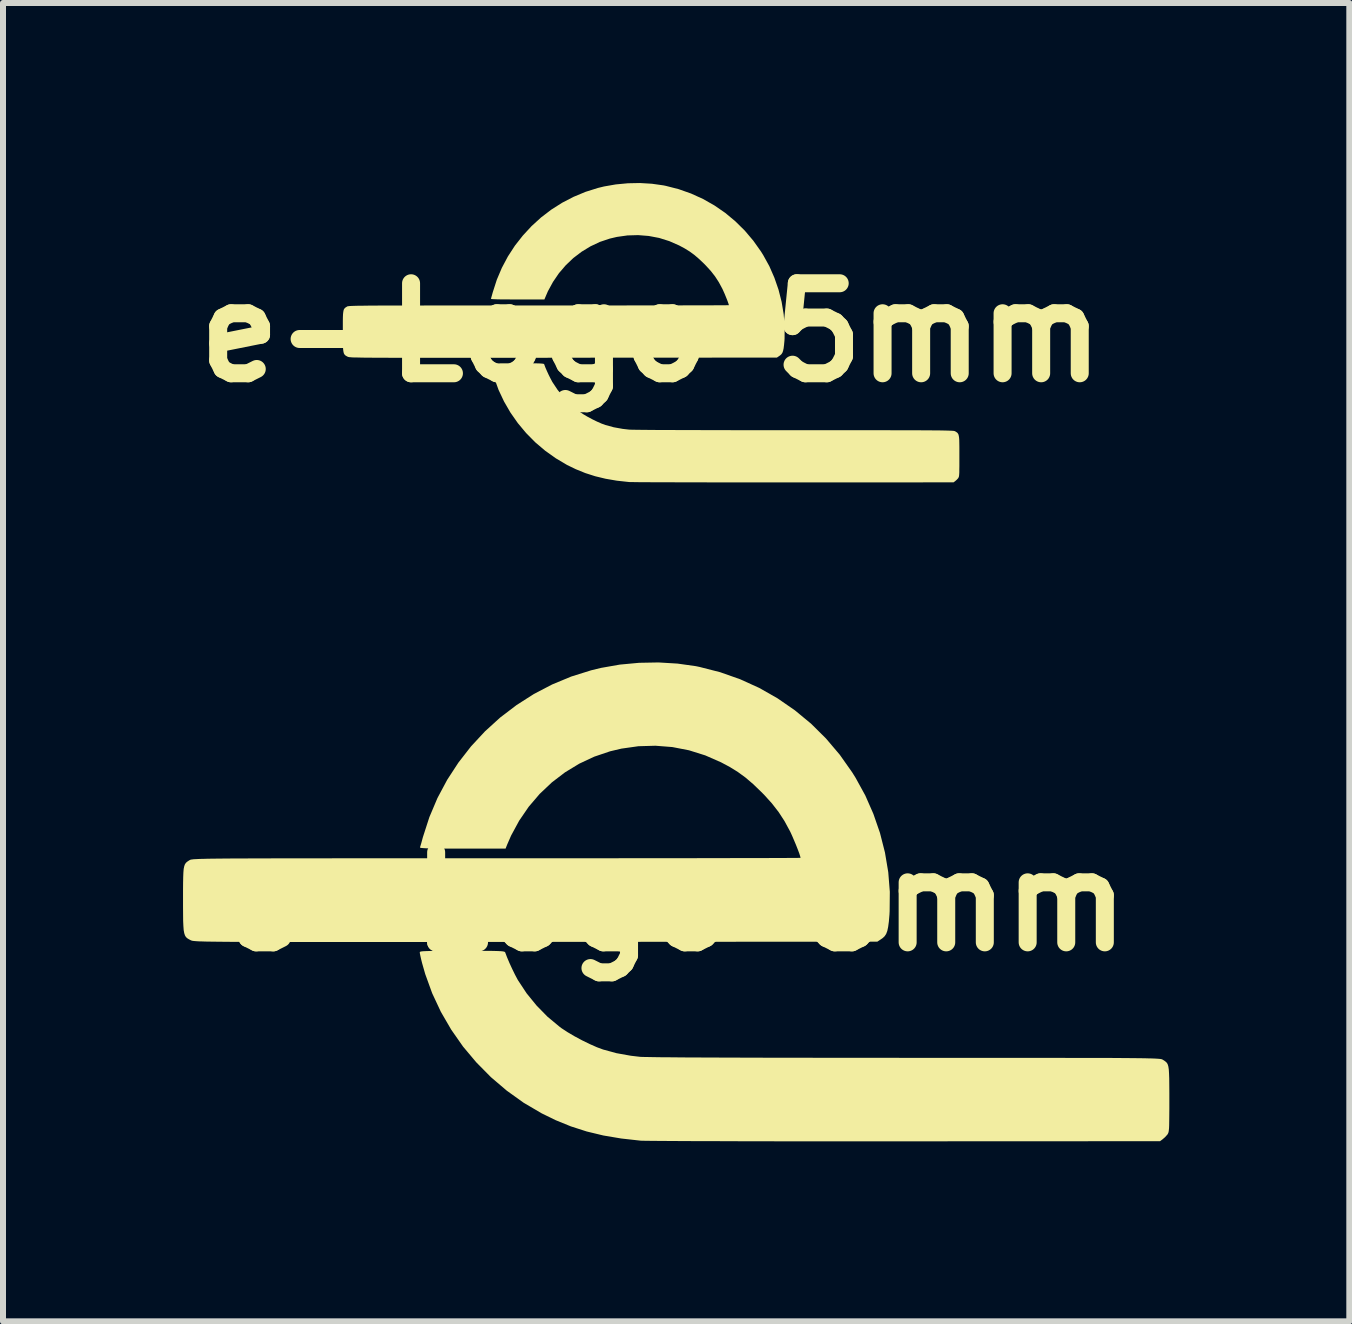
<source format=kicad_pcb>
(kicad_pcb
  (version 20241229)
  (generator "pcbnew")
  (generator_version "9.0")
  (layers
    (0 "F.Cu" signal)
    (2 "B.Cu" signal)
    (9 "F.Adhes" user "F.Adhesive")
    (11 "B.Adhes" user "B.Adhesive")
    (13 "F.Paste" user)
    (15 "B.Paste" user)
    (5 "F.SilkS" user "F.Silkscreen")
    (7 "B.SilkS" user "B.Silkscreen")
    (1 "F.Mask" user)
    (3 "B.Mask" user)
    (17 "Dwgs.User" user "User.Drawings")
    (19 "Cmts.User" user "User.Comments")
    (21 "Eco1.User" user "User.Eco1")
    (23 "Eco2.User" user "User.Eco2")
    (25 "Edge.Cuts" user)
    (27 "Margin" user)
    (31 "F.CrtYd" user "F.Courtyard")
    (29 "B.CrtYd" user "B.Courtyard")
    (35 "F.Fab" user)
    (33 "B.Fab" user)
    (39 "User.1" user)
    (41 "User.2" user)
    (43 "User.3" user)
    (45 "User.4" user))
  (footprint "e-Logo 5mm"
    (layer "F.Cu")
    (at 7.8 2.492)
    (property "Reference" "e-Logo 5mm" (at 0 0 0) (layer "F.SilkS") (effects (font (size 1.5 1.5) (thickness 0.3))))
    (attr board_only exclude_from_pos_files exclude_from_bom)
    (fp_poly (pts (xy -2.123 0.512) (xy -2.036 0.512) (xy -1.964 0.513) (xy -1.908 0.513) (xy -1.865 0.514) (xy -1.833 0.516) (xy -1.81 0.518) (xy -1.796 0.52) (xy -1.787 0.523) (xy -1.783 0.527) (xy -1.781 0.53) (xy -1.763 0.579) (xy -1.737 0.639) (xy -1.708 0.702) (xy -1.678 0.762) (xy -1.651 0.813) (xy -1.647 0.821) (xy -1.558 0.955) (xy -1.455 1.082) (xy -1.34 1.199) (xy -1.218 1.301) (xy -1.194 1.318) (xy -1.133 1.359) (xy -1.06 1.402) (xy -0.98 1.445) (xy -0.9 1.484) (xy -0.825 1.517) (xy -0.762 1.54) (xy -0.623 1.578) (xy -0.473 1.605) (xy -0.377 1.616) (xy -0.352 1.618) (xy -0.306 1.619) (xy -0.241 1.62) (xy -0.156 1.621) (xy -0.051 1.622) (xy 0.074 1.623) (xy 0.219 1.624) (xy 0.384 1.624) (xy 0.569 1.625) (xy 0.774 1.625) (xy 0.998 1.626) (xy 1.242 1.626) (xy 1.506 1.627) (xy 1.789 1.627) (xy 2.093 1.627) (xy 2.39 1.627) (xy 2.663 1.627) (xy 2.916 1.627) (xy 3.151 1.627) (xy 3.367 1.627) (xy 3.567 1.627) (xy 3.749 1.627) (xy 3.917 1.627) (xy 4.069 1.628) (xy 4.207 1.628) (xy 4.331 1.628) (xy 4.442 1.628) (xy 4.542 1.629) (xy 4.63 1.629) (xy 4.707 1.63) (xy 4.774 1.63) (xy 4.832 1.631) (xy 4.881 1.632) (xy 4.923 1.633) (xy 4.958 1.634) (xy 4.986 1.635) (xy 5.008 1.636) (xy 5.026 1.637) (xy 5.04 1.638) (xy 5.05 1.64) (xy 5.057 1.642) (xy 5.063 1.643) (xy 5.067 1.645) (xy 5.069 1.647) (xy 5.087 1.658) (xy 5.101 1.668) (xy 5.112 1.681) (xy 5.121 1.697) (xy 5.127 1.719) (xy 5.132 1.75) (xy 5.135 1.79) (xy 5.136 1.843) (xy 5.137 1.911) (xy 5.137 1.995) (xy 5.137 2.06) (xy 5.137 2.152) (xy 5.137 2.225) (xy 5.136 2.283) (xy 5.136 2.328) (xy 5.134 2.361) (xy 5.132 2.384) (xy 5.129 2.401) (xy 5.125 2.412) (xy 5.12 2.421) (xy 5.117 2.427) (xy 5.093 2.453) (xy 5.068 2.475) (xy 5.04 2.496) (xy 2.382 2.497) (xy 2.151 2.497) (xy 1.925 2.497) (xy 1.704 2.497) (xy 1.49 2.497) (xy 1.282 2.497) (xy 1.083 2.497) (xy 0.893 2.496) (xy 0.713 2.496) (xy 0.543 2.496) (xy 0.385 2.495) (xy 0.24 2.495) (xy 0.108 2.494) (xy -0.01 2.494) (xy -0.113 2.493) (xy -0.201 2.493) (xy -0.271 2.492) (xy -0.324 2.491) (xy -0.358 2.491) (xy -0.372 2.49) (xy -0.572 2.468) (xy -0.758 2.436) (xy -0.932 2.394) (xy -1.097 2.341) (xy -1.257 2.276) (xy -1.401 2.206) (xy -1.588 2.095) (xy -1.765 1.969) (xy -1.93 1.829) (xy -2.082 1.675) (xy -2.22 1.51) (xy -2.344 1.333) (xy -2.451 1.148) (xy -2.542 0.955) (xy -2.614 0.755) (xy -2.647 0.641) (xy -2.657 0.598) (xy -2.666 0.561) (xy -2.671 0.536) (xy -2.672 0.528) (xy -2.67 0.524) (xy -2.664 0.521) (xy -2.652 0.518) (xy -2.632 0.516) (xy -2.602 0.515) (xy -2.561 0.514) (xy -2.507 0.513) (xy -2.439 0.513) (xy -2.354 0.512) (xy -2.251 0.512) (xy -2.229 0.512)) (stroke (width 0) (type solid)) (fill yes) (layer "F.SilkS"))
    (fp_poly (pts (xy 0.014 -2.48) (xy 0.205 -2.453) (xy 0.244 -2.445) (xy 0.459 -2.39) (xy 0.666 -2.317) (xy 0.866 -2.226) (xy 1.056 -2.118) (xy 1.236 -1.994) (xy 1.404 -1.854) (xy 1.561 -1.699) (xy 1.704 -1.53) (xy 1.833 -1.348) (xy 1.869 -1.29) (xy 1.97 -1.107) (xy 2.054 -0.915) (xy 2.123 -0.716) (xy 2.175 -0.512) (xy 2.209 -0.307) (xy 2.226 -0.102) (xy 2.224 0.099) (xy 2.222 0.136) (xy 2.215 0.208) (xy 2.208 0.264) (xy 2.199 0.305) (xy 2.188 0.336) (xy 2.172 0.36) (xy 2.151 0.379) (xy 2.136 0.39) (xy 2.096 0.417) (xy -1.461 0.419) (xy -1.778 0.42) (xy -2.076 0.42) (xy -2.355 0.42) (xy -2.616 0.42) (xy -2.859 0.42) (xy -3.086 0.42) (xy -3.296 0.42) (xy -3.49 0.42) (xy -3.669 0.42) (xy -3.834 0.42) (xy -3.984 0.42) (xy -4.122 0.42) (xy -4.247 0.42) (xy -4.36 0.42) (xy -4.462 0.419) (xy -4.553 0.419) (xy -4.633 0.419) (xy -4.705 0.418) (xy -4.767 0.418) (xy -4.821 0.417) (xy -4.868 0.416) (xy -4.907 0.415) (xy -4.941 0.415) (xy -4.968 0.414) (xy -4.99 0.413) (xy -5.008 0.411) (xy -5.022 0.41) (xy -5.033 0.409) (xy -5.041 0.407) (xy -5.047 0.406) (xy -5.052 0.404) (xy -5.056 0.403) (xy -5.057 0.402) (xy -5.078 0.391) (xy -5.094 0.381) (xy -5.107 0.368) (xy -5.118 0.351) (xy -5.125 0.328) (xy -5.13 0.297) (xy -5.134 0.255) (xy -5.136 0.201) (xy -5.137 0.132) (xy -5.137 0.046) (xy -5.137 -0.021) (xy -5.137 -0.116) (xy -5.137 -0.194) (xy -5.136 -0.256) (xy -5.134 -0.305) (xy -5.13 -0.341) (xy -5.125 -0.369) (xy -5.118 -0.389) (xy -5.108 -0.403) (xy -5.096 -0.415) (xy -5.08 -0.425) (xy -5.069 -0.432) (xy -5.066 -0.434) (xy -5.062 -0.436) (xy -5.056 -0.438) (xy -5.049 -0.439) (xy -5.038 -0.44) (xy -5.025 -0.442) (xy -5.007 -0.443) (xy -4.985 -0.444) (xy -4.957 -0.445) (xy -4.923 -0.446) (xy -4.882 -0.447) (xy -4.835 -0.447) (xy -4.779 -0.448) (xy -4.714 -0.449) (xy -4.64 -0.449) (xy -4.556 -0.45) (xy -4.462 -0.45) (xy -4.356 -0.45) (xy -4.238 -0.451) (xy -4.108 -0.451) (xy -3.964 -0.451) (xy -3.806 -0.451) (xy -3.634 -0.452) (xy -3.447 -0.452) (xy -3.243 -0.452) (xy -3.023 -0.452) (xy -2.786 -0.452) (xy -2.531 -0.452) (xy -2.257 -0.452) (xy -1.964 -0.452) (xy -1.871 -0.452) (xy -1.62 -0.452) (xy -1.374 -0.452) (xy -1.134 -0.452) (xy -0.901 -0.452) (xy -0.676 -0.452) (xy -0.459 -0.452) (xy -0.251 -0.453) (xy -0.052 -0.453) (xy 0.136 -0.453) (xy 0.312 -0.453) (xy 0.477 -0.453) (xy 0.629 -0.454) (xy 0.767 -0.454) (xy 0.891 -0.454) (xy 1 -0.454) (xy 1.093 -0.455) (xy 1.169 -0.455) (xy 1.228 -0.455) (xy 1.269 -0.456) (xy 1.292 -0.456) (xy 1.296 -0.456) (xy 1.292 -0.473) (xy 1.281 -0.505) (xy 1.266 -0.546) (xy 1.247 -0.593) (xy 1.227 -0.642) (xy 1.206 -0.689) (xy 1.188 -0.729) (xy 1.183 -0.738) (xy 1.128 -0.84) (xy 1.067 -0.934) (xy 0.998 -1.023) (xy 0.916 -1.113) (xy 0.884 -1.146) (xy 0.801 -1.225) (xy 0.723 -1.292) (xy 0.644 -1.35) (xy 0.56 -1.402) (xy 0.467 -1.452) (xy 0.303 -1.524) (xy 0.134 -1.577) (xy -0.04 -1.61) (xy -0.216 -1.624) (xy -0.393 -1.619) (xy -0.57 -1.594) (xy -0.689 -1.566) (xy -0.853 -1.511) (xy -1.01 -1.437) (xy -1.158 -1.347) (xy -1.296 -1.242) (xy -1.422 -1.122) (xy -1.536 -0.989) (xy -1.635 -0.844) (xy -1.72 -0.688) (xy -1.76 -0.595) (xy -1.778 -0.552) (xy -2.226 -0.552) (xy -2.336 -0.552) (xy -2.427 -0.553) (xy -2.501 -0.553) (xy -2.56 -0.554) (xy -2.604 -0.556) (xy -2.636 -0.557) (xy -2.656 -0.559) (xy -2.667 -0.562) (xy -2.669 -0.565) (xy -2.664 -0.58) (xy -2.656 -0.609) (xy -2.645 -0.648) (xy -2.638 -0.673) (xy -2.571 -0.881) (xy -2.487 -1.079) (xy -2.386 -1.269) (xy -2.269 -1.449) (xy -2.137 -1.617) (xy -1.992 -1.774) (xy -1.834 -1.918) (xy -1.664 -2.048) (xy -1.483 -2.163) (xy -1.292 -2.262) (xy -1.093 -2.345) (xy -0.886 -2.41) (xy -0.783 -2.435) (xy -0.588 -2.469) (xy -0.387 -2.488) (xy -0.185 -2.492)) (stroke (width 0) (type solid)) (fill yes) (layer "F.SilkS")))
  (footprint "e-Logo 8mm"
    (layer "F.Cu")
    (at 8.218 11.975)
    (property "Reference" "e-Logo 8mm" (at 0 0 0) (layer "F.SilkS") (effects (font (size 1.5 1.5) (thickness 0.3))))
    (attr board_only exclude_from_pos_files exclude_from_bom)
    (fp_poly (pts (xy -3.396 0.819) (xy -3.256 0.82) (xy -3.142 0.82) (xy -3.052 0.821) (xy -2.983 0.823) (xy -2.932 0.825) (xy -2.896 0.828) (xy -2.872 0.832) (xy -2.858 0.837) (xy -2.851 0.843) (xy -2.849 0.847) (xy -2.819 0.926) (xy -2.779 1.021) (xy -2.732 1.123) (xy -2.685 1.219) (xy -2.642 1.3) (xy -2.634 1.313) (xy -2.493 1.527) (xy -2.327 1.731) (xy -2.144 1.918) (xy -1.948 2.081) (xy -1.911 2.109) (xy -1.812 2.174) (xy -1.695 2.243) (xy -1.568 2.311) (xy -1.439 2.374) (xy -1.319 2.427) (xy -1.219 2.464) (xy -0.996 2.525) (xy -0.756 2.568) (xy -0.602 2.586) (xy -0.562 2.588) (xy -0.49 2.589) (xy -0.386 2.591) (xy -0.249 2.593) (xy -0.081 2.594) (xy 0.119 2.596) (xy 0.351 2.597) (xy 0.615 2.598) (xy 0.91 2.599) (xy 1.237 2.6) (xy 1.596 2.601) (xy 1.987 2.601) (xy 2.409 2.602) (xy 2.863 2.602) (xy 3.348 2.602) (xy 3.824 2.603) (xy 4.26 2.603) (xy 4.665 2.603) (xy 5.04 2.603) (xy 5.386 2.603) (xy 5.705 2.603) (xy 5.998 2.603) (xy 6.265 2.603) (xy 6.509 2.604) (xy 6.729 2.604) (xy 6.928 2.604) (xy 7.106 2.605) (xy 7.265 2.605) (xy 7.405 2.606) (xy 7.529 2.607) (xy 7.636 2.608) (xy 7.729 2.609) (xy 7.808 2.61) (xy 7.875 2.612) (xy 7.93 2.613) (xy 7.976 2.615) (xy 8.012 2.617) (xy 8.04 2.619) (xy 8.062 2.621) (xy 8.078 2.623) (xy 8.09 2.626) (xy 8.098 2.629) (xy 8.105 2.632) (xy 8.108 2.634) (xy 8.137 2.652) (xy 8.159 2.669) (xy 8.178 2.688) (xy 8.192 2.715) (xy 8.202 2.75) (xy 8.209 2.799) (xy 8.213 2.864) (xy 8.216 2.949) (xy 8.217 3.056) (xy 8.218 3.191) (xy 8.218 3.296) (xy 8.218 3.442) (xy 8.217 3.56) (xy 8.216 3.653) (xy 8.215 3.723) (xy 8.213 3.776) (xy 8.209 3.814) (xy 8.205 3.84) (xy 8.198 3.859) (xy 8.191 3.873) (xy 8.185 3.882) (xy 8.146 3.925) (xy 8.107 3.959) (xy 8.063 3.992) (xy 3.81 3.994) (xy 3.441 3.994) (xy 3.079 3.994) (xy 2.726 3.994) (xy 2.383 3.994) (xy 2.051 3.994) (xy 1.733 3.994) (xy 1.429 3.993) (xy 1.141 3.993) (xy 0.869 3.992) (xy 0.617 3.991) (xy 0.384 3.991) (xy 0.172 3.99) (xy -0.017 3.989) (xy -0.181 3.988) (xy -0.321 3.987) (xy -0.433 3.986) (xy -0.518 3.985) (xy -0.573 3.984) (xy -0.594 3.983) (xy -0.916 3.947) (xy -1.213 3.897) (xy -1.491 3.83) (xy -1.755 3.745) (xy -2.01 3.641) (xy -2.241 3.528) (xy -2.541 3.352) (xy -2.823 3.15) (xy -3.087 2.925) (xy -3.33 2.679) (xy -3.552 2.415) (xy -3.749 2.133) (xy -3.921 1.837) (xy -4.066 1.527) (xy -4.182 1.207) (xy -4.234 1.025) (xy -4.251 0.957) (xy -4.264 0.898) (xy -4.272 0.857) (xy -4.273 0.845) (xy -4.271 0.838) (xy -4.261 0.833) (xy -4.242 0.829) (xy -4.21 0.826) (xy -4.162 0.824) (xy -4.097 0.822) (xy -4.011 0.821) (xy -3.901 0.82) (xy -3.766 0.819) (xy -3.601 0.819) (xy -3.566 0.819)) (stroke (width 0) (type solid)) (fill yes) (layer "F.SilkS"))
    (fp_poly (pts (xy 0.022 -3.967) (xy 0.328 -3.924) (xy 0.39 -3.911) (xy 0.734 -3.823) (xy 1.066 -3.706) (xy 1.385 -3.561) (xy 1.689 -3.388) (xy 1.977 -3.189) (xy 2.247 -2.966) (xy 2.497 -2.718) (xy 2.726 -2.448) (xy 2.932 -2.156) (xy 2.99 -2.063) (xy 3.151 -1.77) (xy 3.286 -1.463) (xy 3.396 -1.145) (xy 3.479 -0.819) (xy 3.534 -0.491) (xy 3.56 -0.164) (xy 3.557 0.159) (xy 3.554 0.217) (xy 3.544 0.333) (xy 3.532 0.422) (xy 3.518 0.488) (xy 3.499 0.538) (xy 3.474 0.576) (xy 3.441 0.607) (xy 3.417 0.624) (xy 3.352 0.667) (xy -2.336 0.671) (xy -2.844 0.671) (xy -3.321 0.671) (xy -3.767 0.672) (xy -4.185 0.672) (xy -4.574 0.672) (xy -4.936 0.672) (xy -5.272 0.673) (xy -5.582 0.673) (xy -5.869 0.673) (xy -6.132 0.673) (xy -6.374 0.672) (xy -6.594 0.672) (xy -6.794 0.672) (xy -6.974 0.671) (xy -7.137 0.671) (xy -7.282 0.67) (xy -7.412 0.67) (xy -7.526 0.669) (xy -7.626 0.668) (xy -7.712 0.667) (xy -7.787 0.666) (xy -7.85 0.665) (xy -7.903 0.663) (xy -7.947 0.662) (xy -7.983 0.66) (xy -8.011 0.658) (xy -8.034 0.656) (xy -8.051 0.654) (xy -8.064 0.652) (xy -8.073 0.649) (xy -8.081 0.647) (xy -8.087 0.644) (xy -8.09 0.643) (xy -8.122 0.626) (xy -8.149 0.609) (xy -8.17 0.589) (xy -8.186 0.562) (xy -8.198 0.525) (xy -8.207 0.475) (xy -8.212 0.408) (xy -8.216 0.321) (xy -8.217 0.211) (xy -8.218 0.074) (xy -8.218 -0.033) (xy -8.218 -0.186) (xy -8.217 -0.311) (xy -8.215 -0.41) (xy -8.212 -0.487) (xy -8.207 -0.546) (xy -8.198 -0.59) (xy -8.187 -0.621) (xy -8.171 -0.645) (xy -8.152 -0.663) (xy -8.127 -0.68) (xy -8.108 -0.692) (xy -8.103 -0.694) (xy -8.097 -0.697) (xy -8.088 -0.7) (xy -8.076 -0.702) (xy -8.059 -0.704) (xy -8.038 -0.707) (xy -8.009 -0.708) (xy -7.973 -0.71) (xy -7.929 -0.712) (xy -7.875 -0.713) (xy -7.81 -0.715) (xy -7.733 -0.716) (xy -7.644 -0.717) (xy -7.541 -0.718) (xy -7.423 -0.719) (xy -7.288 -0.719) (xy -7.137 -0.72) (xy -6.968 -0.721) (xy -6.78 -0.721) (xy -6.571 -0.722) (xy -6.341 -0.722) (xy -6.089 -0.722) (xy -5.813 -0.722) (xy -5.513 -0.723) (xy -5.188 -0.723) (xy -4.836 -0.723) (xy -4.456 -0.723) (xy -4.048 -0.723) (xy -3.61 -0.723) (xy -3.141 -0.723) (xy -2.992 -0.723) (xy -2.591 -0.723) (xy -2.198 -0.723) (xy -1.815 -0.723) (xy -1.442 -0.723) (xy -1.081 -0.723) (xy -0.734 -0.724) (xy -0.401 -0.724) (xy -0.083 -0.724) (xy 0.217 -0.724) (xy 0.5 -0.725) (xy 0.763 -0.725) (xy 1.006 -0.726) (xy 1.227 -0.726) (xy 1.425 -0.726) (xy 1.599 -0.727) (xy 1.748 -0.727) (xy 1.87 -0.728) (xy 1.965 -0.728) (xy 2.031 -0.729) (xy 2.066 -0.729) (xy 2.072 -0.73) (xy 2.066 -0.757) (xy 2.05 -0.807) (xy 2.025 -0.873) (xy 1.995 -0.949) (xy 1.962 -1.027) (xy 1.93 -1.102) (xy 1.9 -1.167) (xy 1.893 -1.18) (xy 1.804 -1.344) (xy 1.707 -1.493) (xy 1.596 -1.636) (xy 1.466 -1.78) (xy 1.414 -1.832) (xy 1.281 -1.96) (xy 1.156 -2.067) (xy 1.03 -2.159) (xy 0.895 -2.243) (xy 0.747 -2.322) (xy 0.485 -2.437) (xy 0.214 -2.522) (xy -0.064 -2.576) (xy -0.345 -2.598) (xy -0.629 -2.59) (xy -0.912 -2.55) (xy -1.102 -2.505) (xy -1.365 -2.416) (xy -1.615 -2.299) (xy -1.852 -2.155) (xy -2.072 -1.987) (xy -2.275 -1.795) (xy -2.457 -1.582) (xy -2.616 -1.35) (xy -2.751 -1.101) (xy -2.816 -0.952) (xy -2.843 -0.884) (xy -3.56 -0.884) (xy -3.736 -0.884) (xy -3.882 -0.884) (xy -4.001 -0.885) (xy -4.095 -0.887) (xy -4.166 -0.889) (xy -4.216 -0.892) (xy -4.249 -0.895) (xy -4.266 -0.899) (xy -4.269 -0.904) (xy -4.262 -0.928) (xy -4.248 -0.974) (xy -4.231 -1.037) (xy -4.22 -1.077) (xy -4.113 -1.408) (xy -3.978 -1.727) (xy -3.816 -2.03) (xy -3.629 -2.317) (xy -3.419 -2.587) (xy -3.186 -2.838) (xy -2.933 -3.068) (xy -2.661 -3.275) (xy -2.372 -3.46) (xy -2.067 -3.619) (xy -1.749 -3.751) (xy -1.417 -3.855) (xy -1.253 -3.895) (xy -0.94 -3.95) (xy -0.618 -3.98) (xy -0.295 -3.986)) (stroke (width 0) (type solid)) (fill yes) (layer "F.SilkS")))
  (gr_rect
    (start -3 -3)
    (end 19.435 18.969)
    (stroke (width 0.1) (type default))
    (fill no)
    (layer "Edge.Cuts")))
</source>
